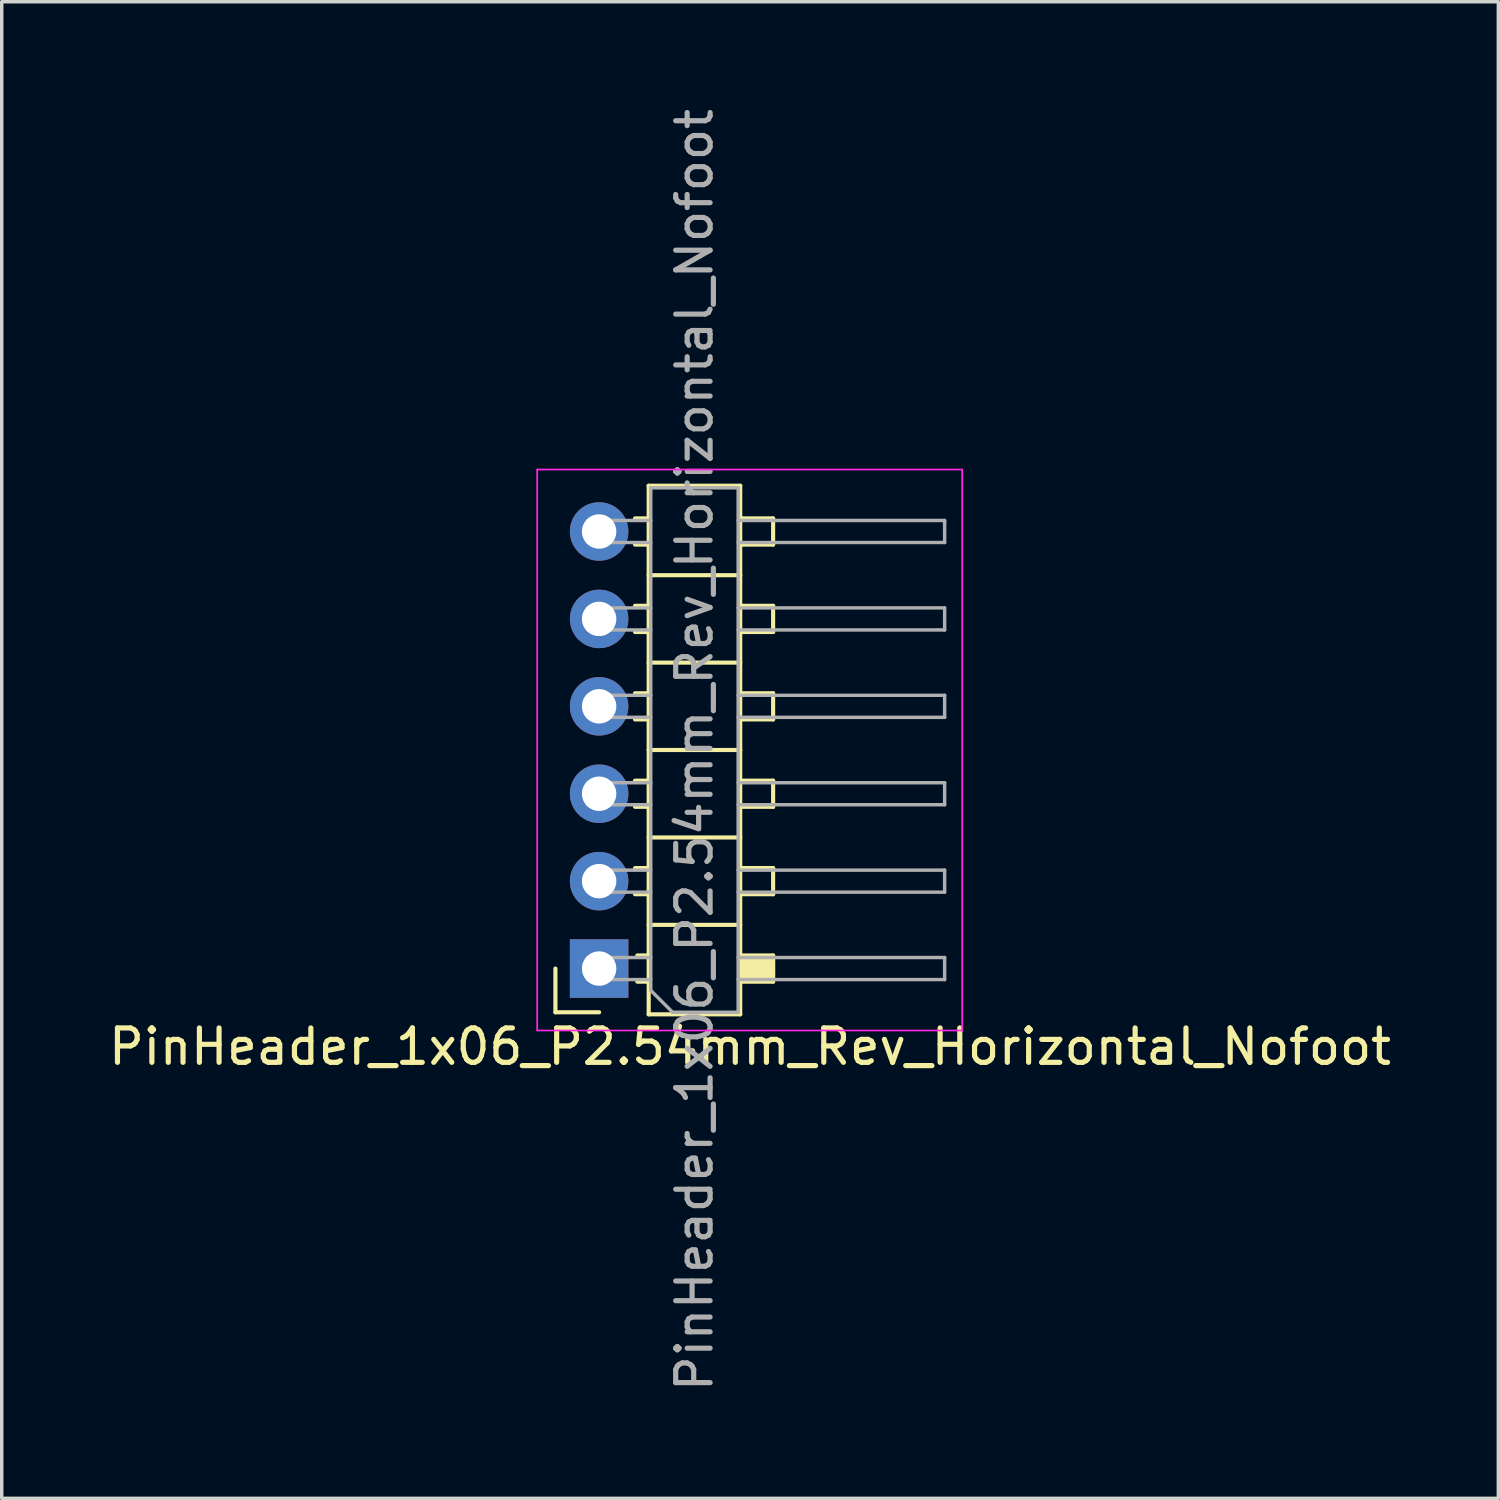
<source format=kicad_pcb>
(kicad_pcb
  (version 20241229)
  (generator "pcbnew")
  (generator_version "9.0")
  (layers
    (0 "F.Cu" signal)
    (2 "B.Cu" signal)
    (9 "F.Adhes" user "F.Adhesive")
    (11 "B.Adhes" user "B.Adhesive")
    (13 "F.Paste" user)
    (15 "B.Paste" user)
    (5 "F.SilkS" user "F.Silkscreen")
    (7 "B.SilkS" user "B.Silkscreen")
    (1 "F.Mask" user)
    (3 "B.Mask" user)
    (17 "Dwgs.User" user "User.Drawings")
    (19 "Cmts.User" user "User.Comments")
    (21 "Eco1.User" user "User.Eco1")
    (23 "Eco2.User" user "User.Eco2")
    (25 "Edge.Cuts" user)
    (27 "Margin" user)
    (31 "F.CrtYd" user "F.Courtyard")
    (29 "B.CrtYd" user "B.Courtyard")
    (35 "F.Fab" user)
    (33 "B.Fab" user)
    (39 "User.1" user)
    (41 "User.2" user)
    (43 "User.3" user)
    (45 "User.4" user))
  (footprint "PinHeader_1x06_P2.54mm_Rev_Horizontal_Nofoot"
    (layer "F.Cu")
    (at 14.335 25.094)
    (property "Reference" "PinHeader_1x06_P2.54mm_Rev_Horizontal_Nofoot" (at 4.409 2.27 0) (layer "F.SilkS") (effects (font (size 1 1) (thickness 0.15))))
    (attr through_hole)
    (fp_line (start -1.246 0) (end -1.246 1.27) (stroke (width 0.12) (type solid)) (layer "F.SilkS"))
    (fp_line (start -1.246 1.27) (end 0.024 1.27) (stroke (width 0.12) (type solid)) (layer "F.SilkS"))
    (fp_line (start 1.067 -13.08) (end 1.464 -13.08) (stroke (width 0.12) (type solid)) (layer "F.SilkS"))
    (fp_line (start 1.067 -12.32) (end 1.464 -12.32) (stroke (width 0.12) (type solid)) (layer "F.SilkS"))
    (fp_line (start 1.067 -10.54) (end 1.464 -10.54) (stroke (width 0.12) (type solid)) (layer "F.SilkS"))
    (fp_line (start 1.067 -9.78) (end 1.464 -9.78) (stroke (width 0.12) (type solid)) (layer "F.SilkS"))
    (fp_line (start 1.067 -8) (end 1.464 -8) (stroke (width 0.12) (type solid)) (layer "F.SilkS"))
    (fp_line (start 1.067 -7.24) (end 1.464 -7.24) (stroke (width 0.12) (type solid)) (layer "F.SilkS"))
    (fp_line (start 1.067 -5.46) (end 1.464 -5.46) (stroke (width 0.12) (type solid)) (layer "F.SilkS"))
    (fp_line (start 1.067 -4.7) (end 1.464 -4.7) (stroke (width 0.12) (type solid)) (layer "F.SilkS"))
    (fp_line (start 1.067 -2.92) (end 1.464 -2.92) (stroke (width 0.12) (type solid)) (layer "F.SilkS"))
    (fp_line (start 1.067 -2.16) (end 1.464 -2.16) (stroke (width 0.12) (type solid)) (layer "F.SilkS"))
    (fp_line (start 1.134 -0.38) (end 1.464 -0.38) (stroke (width 0.12) (type solid)) (layer "F.SilkS"))
    (fp_line (start 1.134 0.38) (end 1.464 0.38) (stroke (width 0.12) (type solid)) (layer "F.SilkS"))
    (fp_line (start 1.464 -14.03) (end 4.124 -14.03) (stroke (width 0.12) (type solid)) (layer "F.SilkS"))
    (fp_line (start 1.464 -11.43) (end 4.124 -11.43) (stroke (width 0.12) (type solid)) (layer "F.SilkS"))
    (fp_line (start 1.464 -8.89) (end 4.124 -8.89) (stroke (width 0.12) (type solid)) (layer "F.SilkS"))
    (fp_line (start 1.464 -6.35) (end 4.124 -6.35) (stroke (width 0.12) (type solid)) (layer "F.SilkS"))
    (fp_line (start 1.464 -3.81) (end 4.124 -3.81) (stroke (width 0.12) (type solid)) (layer "F.SilkS"))
    (fp_line (start 1.464 -1.27) (end 4.124 -1.27) (stroke (width 0.12) (type solid)) (layer "F.SilkS"))
    (fp_line (start 1.464 1.33) (end 1.464 -14.03) (stroke (width 0.12) (type solid)) (layer "F.SilkS"))
    (fp_line (start 4.124 -14.03) (end 4.124 1.33) (stroke (width 0.12) (type solid)) (layer "F.SilkS"))
    (fp_line (start 4.124 -12.32) (end 5.08 -12.32) (stroke (width 0.12) (type solid)) (layer "F.SilkS"))
    (fp_line (start 4.124 -9.78) (end 5.08 -9.78) (stroke (width 0.12) (type solid)) (layer "F.SilkS"))
    (fp_line (start 4.124 -7.24) (end 5.08 -7.24) (stroke (width 0.12) (type solid)) (layer "F.SilkS"))
    (fp_line (start 4.124 -4.7) (end 5.08 -4.7) (stroke (width 0.12) (type solid)) (layer "F.SilkS"))
    (fp_line (start 4.124 -2.16) (end 5.08 -2.16) (stroke (width 0.12) (type solid)) (layer "F.SilkS"))
    (fp_line (start 4.124 -0.254) (end 5.08 -0.254) (stroke (width 0.12) (type solid)) (layer "F.SilkS"))
    (fp_line (start 4.124 -0.127) (end 5.08 -0.127) (stroke (width 0.12) (type solid)) (layer "F.SilkS"))
    (fp_line (start 4.124 0) (end 5.08 0) (stroke (width 0.12) (type solid)) (layer "F.SilkS"))
    (fp_line (start 4.124 0.127) (end 5.08 0.127) (stroke (width 0.12) (type solid)) (layer "F.SilkS"))
    (fp_line (start 4.124 0.2) (end 5.08 0.2) (stroke (width 0.12) (type solid)) (layer "F.SilkS"))
    (fp_line (start 4.124 0.305) (end 5.08 0.305) (stroke (width 0.12) (type solid)) (layer "F.SilkS"))
    (fp_line (start 4.124 0.38) (end 5.08 0.38) (stroke (width 0.12) (type solid)) (layer "F.SilkS"))
    (fp_line (start 4.124 1.33) (end 1.464 1.33) (stroke (width 0.12) (type solid)) (layer "F.SilkS"))
    (fp_line (start 4.145 -0.305) (end 5.08 -0.305) (stroke (width 0.12) (type solid)) (layer "F.SilkS"))
    (fp_line (start 4.145 -0.203) (end 5.08 -0.203) (stroke (width 0.12) (type solid)) (layer "F.SilkS"))
    (fp_line (start 4.145 -0.051) (end 5.08 -0.051) (stroke (width 0.12) (type solid)) (layer "F.SilkS"))
    (fp_line (start 4.166 0.051) (end 5.08 0.051) (stroke (width 0.12) (type solid)) (layer "F.SilkS"))
    (fp_line (start 5.08 -13.08) (end 4.124 -13.08) (stroke (width 0.12) (type solid)) (layer "F.SilkS"))
    (fp_line (start 5.08 -12.32) (end 5.08 -13.08) (stroke (width 0.12) (type solid)) (layer "F.SilkS"))
    (fp_line (start 5.08 -10.54) (end 4.124 -10.54) (stroke (width 0.12) (type solid)) (layer "F.SilkS"))
    (fp_line (start 5.08 -9.78) (end 5.08 -10.54) (stroke (width 0.12) (type solid)) (layer "F.SilkS"))
    (fp_line (start 5.08 -8) (end 4.124 -8) (stroke (width 0.12) (type solid)) (layer "F.SilkS"))
    (fp_line (start 5.08 -7.24) (end 5.08 -8) (stroke (width 0.12) (type solid)) (layer "F.SilkS"))
    (fp_line (start 5.08 -5.46) (end 4.124 -5.46) (stroke (width 0.12) (type solid)) (layer "F.SilkS"))
    (fp_line (start 5.08 -4.7) (end 5.08 -5.46) (stroke (width 0.12) (type solid)) (layer "F.SilkS"))
    (fp_line (start 5.08 -2.92) (end 4.124 -2.92) (stroke (width 0.12) (type solid)) (layer "F.SilkS"))
    (fp_line (start 5.08 -2.16) (end 5.08 -2.92) (stroke (width 0.12) (type solid)) (layer "F.SilkS"))
    (fp_line (start 5.08 -0.38) (end 4.124 -0.38) (stroke (width 0.12) (type solid)) (layer "F.SilkS"))
    (fp_line (start 5.08 0.38) (end 5.08 -0.38) (stroke (width 0.12) (type solid)) (layer "F.SilkS"))
    (fp_line (start -1.776 -14.5) (end 10.574 -14.5) (stroke (width 0.05) (type solid)) (layer "F.CrtYd"))
    (fp_line (start -1.776 1.8) (end -1.776 -14.5) (stroke (width 0.05) (type solid)) (layer "F.CrtYd"))
    (fp_line (start 10.574 -14.5) (end 10.574 1.8) (stroke (width 0.05) (type solid)) (layer "F.CrtYd"))
    (fp_line (start 10.574 1.8) (end -1.776 1.8) (stroke (width 0.05) (type solid)) (layer "F.CrtYd"))
    (fp_line (start -0.296 -13.02) (end 1.524 -13.02) (stroke (width 0.1) (type solid)) (layer "F.Fab"))
    (fp_line (start -0.296 -12.38) (end -0.296 -13.02) (stroke (width 0.1) (type solid)) (layer "F.Fab"))
    (fp_line (start -0.296 -12.38) (end 1.524 -12.38) (stroke (width 0.1) (type solid)) (layer "F.Fab"))
    (fp_line (start -0.296 -10.48) (end 1.524 -10.48) (stroke (width 0.1) (type solid)) (layer "F.Fab"))
    (fp_line (start -0.296 -9.84) (end -0.296 -10.48) (stroke (width 0.1) (type solid)) (layer "F.Fab"))
    (fp_line (start -0.296 -9.84) (end 1.524 -9.84) (stroke (width 0.1) (type solid)) (layer "F.Fab"))
    (fp_line (start -0.296 -7.94) (end 1.524 -7.94) (stroke (width 0.1) (type solid)) (layer "F.Fab"))
    (fp_line (start -0.296 -7.3) (end -0.296 -7.94) (stroke (width 0.1) (type solid)) (layer "F.Fab"))
    (fp_line (start -0.296 -7.3) (end 1.524 -7.3) (stroke (width 0.1) (type solid)) (layer "F.Fab"))
    (fp_line (start -0.296 -5.4) (end 1.524 -5.4) (stroke (width 0.1) (type solid)) (layer "F.Fab"))
    (fp_line (start -0.296 -4.76) (end -0.296 -5.4) (stroke (width 0.1) (type solid)) (layer "F.Fab"))
    (fp_line (start -0.296 -4.76) (end 1.524 -4.76) (stroke (width 0.1) (type solid)) (layer "F.Fab"))
    (fp_line (start -0.296 -2.86) (end 1.524 -2.86) (stroke (width 0.1) (type solid)) (layer "F.Fab"))
    (fp_line (start -0.296 -2.22) (end -0.296 -2.86) (stroke (width 0.1) (type solid)) (layer "F.Fab"))
    (fp_line (start -0.296 -2.22) (end 1.524 -2.22) (stroke (width 0.1) (type solid)) (layer "F.Fab"))
    (fp_line (start -0.296 -0.32) (end 1.524 -0.32) (stroke (width 0.1) (type solid)) (layer "F.Fab"))
    (fp_line (start -0.296 0.32) (end -0.296 -0.32) (stroke (width 0.1) (type solid)) (layer "F.Fab"))
    (fp_line (start -0.296 0.32) (end 1.524 0.32) (stroke (width 0.1) (type solid)) (layer "F.Fab"))
    (fp_line (start 1.524 -13.97) (end 1.524 0.635) (stroke (width 0.1) (type solid)) (layer "F.Fab"))
    (fp_line (start 1.524 0.635) (end 2.159 1.27) (stroke (width 0.1) (type solid)) (layer "F.Fab"))
    (fp_line (start 2.159 1.27) (end 4.064 1.27) (stroke (width 0.1) (type solid)) (layer "F.Fab"))
    (fp_line (start 4.064 -13.97) (end 1.524 -13.97) (stroke (width 0.1) (type solid)) (layer "F.Fab"))
    (fp_line (start 4.064 -13.02) (end 10.064 -13.02) (stroke (width 0.1) (type solid)) (layer "F.Fab"))
    (fp_line (start 4.064 -12.38) (end 10.064 -12.38) (stroke (width 0.1) (type solid)) (layer "F.Fab"))
    (fp_line (start 4.064 -10.48) (end 10.064 -10.48) (stroke (width 0.1) (type solid)) (layer "F.Fab"))
    (fp_line (start 4.064 -9.84) (end 10.064 -9.84) (stroke (width 0.1) (type solid)) (layer "F.Fab"))
    (fp_line (start 4.064 -7.94) (end 10.064 -7.94) (stroke (width 0.1) (type solid)) (layer "F.Fab"))
    (fp_line (start 4.064 -7.3) (end 10.064 -7.3) (stroke (width 0.1) (type solid)) (layer "F.Fab"))
    (fp_line (start 4.064 -5.4) (end 10.064 -5.4) (stroke (width 0.1) (type solid)) (layer "F.Fab"))
    (fp_line (start 4.064 -4.76) (end 10.064 -4.76) (stroke (width 0.1) (type solid)) (layer "F.Fab"))
    (fp_line (start 4.064 -2.86) (end 10.064 -2.86) (stroke (width 0.1) (type solid)) (layer "F.Fab"))
    (fp_line (start 4.064 -2.22) (end 10.064 -2.22) (stroke (width 0.1) (type solid)) (layer "F.Fab"))
    (fp_line (start 4.064 -0.32) (end 10.064 -0.32) (stroke (width 0.1) (type solid)) (layer "F.Fab"))
    (fp_line (start 4.064 0.32) (end 10.064 0.32) (stroke (width 0.1) (type solid)) (layer "F.Fab"))
    (fp_line (start 4.064 1.27) (end 4.064 -13.97) (stroke (width 0.1) (type solid)) (layer "F.Fab"))
    (fp_line (start 10.064 -12.38) (end 10.064 -13.02) (stroke (width 0.1) (type solid)) (layer "F.Fab"))
    (fp_line (start 10.064 -9.84) (end 10.064 -10.48) (stroke (width 0.1) (type solid)) (layer "F.Fab"))
    (fp_line (start 10.064 -7.3) (end 10.064 -7.94) (stroke (width 0.1) (type solid)) (layer "F.Fab"))
    (fp_line (start 10.064 -4.76) (end 10.064 -5.4) (stroke (width 0.1) (type solid)) (layer "F.Fab"))
    (fp_line (start 10.064 -2.22) (end 10.064 -2.86) (stroke (width 0.1) (type solid)) (layer "F.Fab"))
    (fp_line (start 10.064 0.32) (end 10.064 -0.32) (stroke (width 0.1) (type solid)) (layer "F.Fab"))
    (fp_text user "${REFERENCE}" (at 2.794 -6.35 90) (layer "F.Fab") (effects (font (size 1 1) (thickness 0.15))))
    (pad "1" thru_hole rect (at 0.024 0) (size 1.7 1.7) (drill 1) (layers "*.Cu" "*.Mask"))
    (pad "2" thru_hole oval (at 0.024 -2.54) (size 1.7 1.7) (drill 1) (layers "*.Cu" "*.Mask"))
    (pad "3" thru_hole oval (at 0.024 -5.08) (size 1.7 1.7) (drill 1) (layers "*.Cu" "*.Mask"))
    (pad "4" thru_hole oval (at 0.024 -7.62) (size 1.7 1.7) (drill 1) (layers "*.Cu" "*.Mask"))
    (pad "5" thru_hole oval (at 0.024 -10.16) (size 1.7 1.7) (drill 1) (layers "*.Cu" "*.Mask"))
    (pad "6" thru_hole oval (at 0.024 -12.7) (size 1.7 1.7) (drill 1) (layers "*.Cu" "*.Mask")))
  (gr_rect
    (start -3 -3)
    (end 40.488 40.488)
    (stroke (width 0.1) (type default))
    (fill no)
    (layer "Edge.Cuts")))
</source>
